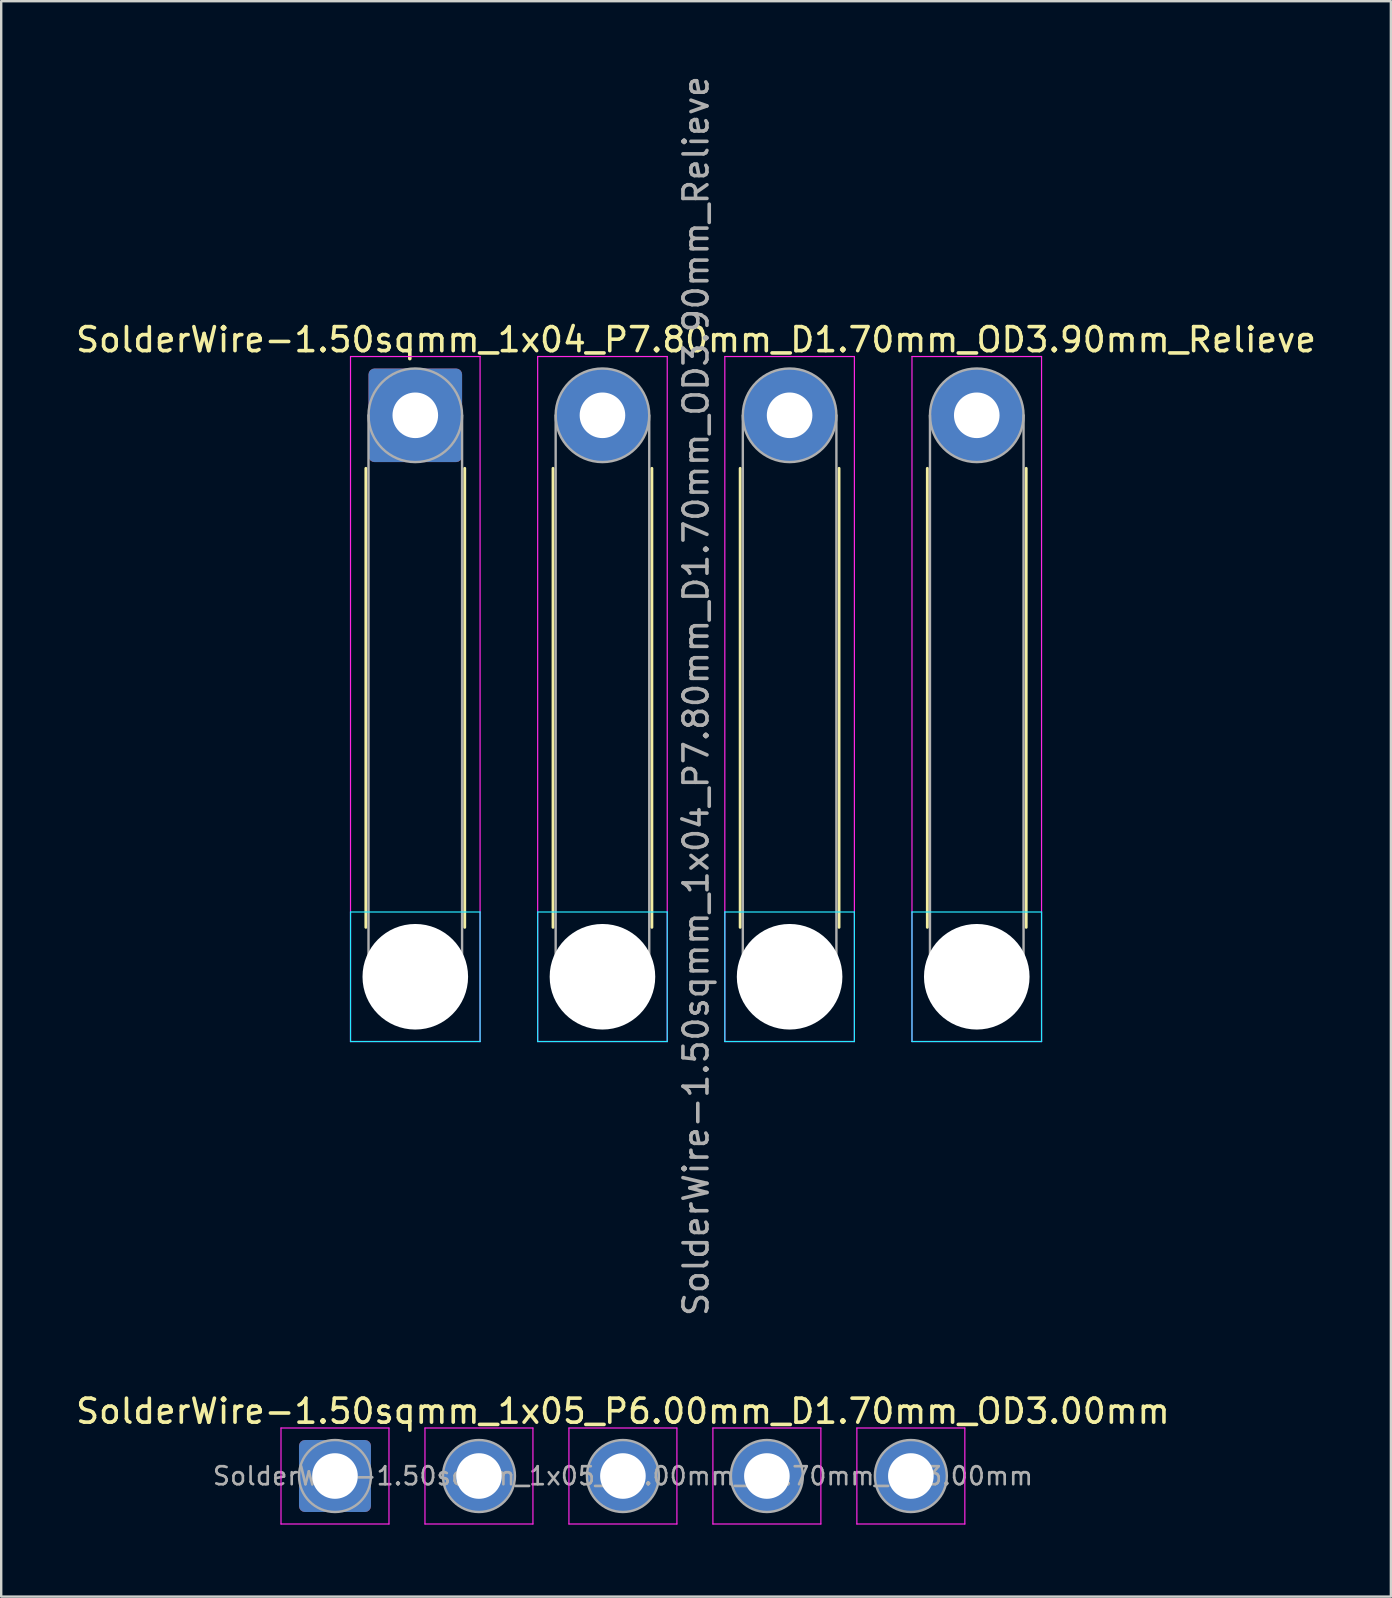
<source format=kicad_pcb>
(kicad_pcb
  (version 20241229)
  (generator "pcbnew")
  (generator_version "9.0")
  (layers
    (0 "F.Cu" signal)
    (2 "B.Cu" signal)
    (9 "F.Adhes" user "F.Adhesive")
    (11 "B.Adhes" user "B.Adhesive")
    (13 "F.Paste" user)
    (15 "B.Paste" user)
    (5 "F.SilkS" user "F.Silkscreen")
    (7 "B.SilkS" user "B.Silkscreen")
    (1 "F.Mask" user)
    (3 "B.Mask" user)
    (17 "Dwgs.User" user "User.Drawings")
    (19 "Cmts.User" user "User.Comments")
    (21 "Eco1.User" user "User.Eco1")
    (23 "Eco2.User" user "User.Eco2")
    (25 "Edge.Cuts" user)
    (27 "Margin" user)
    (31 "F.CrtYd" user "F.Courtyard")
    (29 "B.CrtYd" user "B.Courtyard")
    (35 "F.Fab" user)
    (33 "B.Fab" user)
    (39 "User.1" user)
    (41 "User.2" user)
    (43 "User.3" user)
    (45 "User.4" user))
  (footprint "SolderWire-1.50sqmm_1x04_P7.80mm_D1.70mm_OD3.90mm_Relieve"
    (layer "F.Cu")
    (at 14.258 14.258)
    (property "Reference" "SolderWire-1.50sqmm_1x04_P7.80mm_D1.70mm_OD3.90mm_Relieve" (at 11.7 -3.15 0) (layer "F.SilkS") (effects (font (size 1 1) (thickness 0.15))))
    (attr exclude_from_pos_files exclude_from_bom)
    (fp_line (start -2.06 2.21) (end -2.06 21.34) (stroke (width 0.12) (type solid)) (layer "F.SilkS"))
    (fp_line (start 2.06 2.21) (end 2.06 21.34) (stroke (width 0.12) (type solid)) (layer "F.SilkS"))
    (fp_line (start 5.74 2.21) (end 5.74 21.34) (stroke (width 0.12) (type solid)) (layer "F.SilkS"))
    (fp_line (start 9.86 2.21) (end 9.86 21.34) (stroke (width 0.12) (type solid)) (layer "F.SilkS"))
    (fp_line (start 13.54 2.21) (end 13.54 21.34) (stroke (width 0.12) (type solid)) (layer "F.SilkS"))
    (fp_line (start 17.66 2.21) (end 17.66 21.34) (stroke (width 0.12) (type solid)) (layer "F.SilkS"))
    (fp_line (start 21.34 2.21) (end 21.34 21.34) (stroke (width 0.12) (type solid)) (layer "F.SilkS"))
    (fp_line (start 25.46 2.21) (end 25.46 21.34) (stroke (width 0.12) (type solid)) (layer "F.SilkS"))
    (fp_line (start -2.7 20.7) (end -2.7 26.1) (stroke (width 0.05) (type solid)) (layer "B.CrtYd"))
    (fp_line (start -2.7 26.1) (end 2.7 26.1) (stroke (width 0.05) (type solid)) (layer "B.CrtYd"))
    (fp_line (start 2.7 20.7) (end -2.7 20.7) (stroke (width 0.05) (type solid)) (layer "B.CrtYd"))
    (fp_line (start 2.7 26.1) (end 2.7 20.7) (stroke (width 0.05) (type solid)) (layer "B.CrtYd"))
    (fp_line (start 5.1 20.7) (end 5.1 26.1) (stroke (width 0.05) (type solid)) (layer "B.CrtYd"))
    (fp_line (start 5.1 26.1) (end 10.5 26.1) (stroke (width 0.05) (type solid)) (layer "B.CrtYd"))
    (fp_line (start 10.5 20.7) (end 5.1 20.7) (stroke (width 0.05) (type solid)) (layer "B.CrtYd"))
    (fp_line (start 10.5 26.1) (end 10.5 20.7) (stroke (width 0.05) (type solid)) (layer "B.CrtYd"))
    (fp_line (start 12.9 20.7) (end 12.9 26.1) (stroke (width 0.05) (type solid)) (layer "B.CrtYd"))
    (fp_line (start 12.9 26.1) (end 18.3 26.1) (stroke (width 0.05) (type solid)) (layer "B.CrtYd"))
    (fp_line (start 18.3 20.7) (end 12.9 20.7) (stroke (width 0.05) (type solid)) (layer "B.CrtYd"))
    (fp_line (start 18.3 26.1) (end 18.3 20.7) (stroke (width 0.05) (type solid)) (layer "B.CrtYd"))
    (fp_line (start 20.7 20.7) (end 20.7 26.1) (stroke (width 0.05) (type solid)) (layer "B.CrtYd"))
    (fp_line (start 20.7 26.1) (end 26.1 26.1) (stroke (width 0.05) (type solid)) (layer "B.CrtYd"))
    (fp_line (start 26.1 20.7) (end 20.7 20.7) (stroke (width 0.05) (type solid)) (layer "B.CrtYd"))
    (fp_line (start 26.1 26.1) (end 26.1 20.7) (stroke (width 0.05) (type solid)) (layer "B.CrtYd"))
    (fp_line (start -2.7 -2.45) (end -2.7 26.1) (stroke (width 0.05) (type solid)) (layer "F.CrtYd"))
    (fp_line (start -2.7 26.1) (end 2.7 26.1) (stroke (width 0.05) (type solid)) (layer "F.CrtYd"))
    (fp_line (start 2.7 -2.45) (end -2.7 -2.45) (stroke (width 0.05) (type solid)) (layer "F.CrtYd"))
    (fp_line (start 2.7 26.1) (end 2.7 -2.45) (stroke (width 0.05) (type solid)) (layer "F.CrtYd"))
    (fp_line (start 5.1 -2.45) (end 5.1 26.1) (stroke (width 0.05) (type solid)) (layer "F.CrtYd"))
    (fp_line (start 5.1 26.1) (end 10.5 26.1) (stroke (width 0.05) (type solid)) (layer "F.CrtYd"))
    (fp_line (start 10.5 -2.45) (end 5.1 -2.45) (stroke (width 0.05) (type solid)) (layer "F.CrtYd"))
    (fp_line (start 10.5 26.1) (end 10.5 -2.45) (stroke (width 0.05) (type solid)) (layer "F.CrtYd"))
    (fp_line (start 12.9 -2.45) (end 12.9 26.1) (stroke (width 0.05) (type solid)) (layer "F.CrtYd"))
    (fp_line (start 12.9 26.1) (end 18.3 26.1) (stroke (width 0.05) (type solid)) (layer "F.CrtYd"))
    (fp_line (start 18.3 -2.45) (end 12.9 -2.45) (stroke (width 0.05) (type solid)) (layer "F.CrtYd"))
    (fp_line (start 18.3 26.1) (end 18.3 -2.45) (stroke (width 0.05) (type solid)) (layer "F.CrtYd"))
    (fp_line (start 20.7 -2.45) (end 20.7 26.1) (stroke (width 0.05) (type solid)) (layer "F.CrtYd"))
    (fp_line (start 20.7 26.1) (end 26.1 26.1) (stroke (width 0.05) (type solid)) (layer "F.CrtYd"))
    (fp_line (start 26.1 -2.45) (end 20.7 -2.45) (stroke (width 0.05) (type solid)) (layer "F.CrtYd"))
    (fp_line (start 26.1 26.1) (end 26.1 -2.45) (stroke (width 0.05) (type solid)) (layer "F.CrtYd"))
    (fp_line (start -1.95 0) (end -1.95 23.4) (stroke (width 0.1) (type solid)) (layer "F.Fab"))
    (fp_line (start 1.95 0) (end 1.95 23.4) (stroke (width 0.1) (type solid)) (layer "F.Fab"))
    (fp_line (start 5.85 0) (end 5.85 23.4) (stroke (width 0.1) (type solid)) (layer "F.Fab"))
    (fp_line (start 9.75 0) (end 9.75 23.4) (stroke (width 0.1) (type solid)) (layer "F.Fab"))
    (fp_line (start 13.65 0) (end 13.65 23.4) (stroke (width 0.1) (type solid)) (layer "F.Fab"))
    (fp_line (start 17.55 0) (end 17.55 23.4) (stroke (width 0.1) (type solid)) (layer "F.Fab"))
    (fp_line (start 21.45 0) (end 21.45 23.4) (stroke (width 0.1) (type solid)) (layer "F.Fab"))
    (fp_line (start 25.35 0) (end 25.35 23.4) (stroke (width 0.1) (type solid)) (layer "F.Fab"))
    (fp_circle (center 0 0) (end 1.95 0) (stroke (width 0.1) (type solid)) (fill no) (layer "F.Fab"))
    (fp_circle (center 0 23.4) (end 1.95 23.4) (stroke (width 0.1) (type solid)) (fill no) (layer "F.Fab"))
    (fp_circle (center 7.8 0) (end 9.75 0) (stroke (width 0.1) (type solid)) (fill no) (layer "F.Fab"))
    (fp_circle (center 7.8 23.4) (end 9.75 23.4) (stroke (width 0.1) (type solid)) (fill no) (layer "F.Fab"))
    (fp_circle (center 15.6 0) (end 17.55 0) (stroke (width 0.1) (type solid)) (fill no) (layer "F.Fab"))
    (fp_circle (center 15.6 23.4) (end 17.55 23.4) (stroke (width 0.1) (type solid)) (fill no) (layer "F.Fab"))
    (fp_circle (center 23.4 0) (end 25.35 0) (stroke (width 0.1) (type solid)) (fill no) (layer "F.Fab"))
    (fp_circle (center 23.4 23.4) (end 25.35 23.4) (stroke (width 0.1) (type solid)) (fill no) (layer "F.Fab"))
    (fp_text user "${REFERENCE}" (at 11.7 11.7 90) (layer "F.Fab") (effects (font (size 1 1) (thickness 0.15))))
    (pad "" np_thru_hole circle (at 0 23.4) (size 4.4 4.4) (drill 4.4) (layers "*.Cu" "*.Mask"))
    (pad "" np_thru_hole circle (at 7.8 23.4) (size 4.4 4.4) (drill 4.4) (layers "*.Cu" "*.Mask"))
    (pad "" np_thru_hole circle (at 15.6 23.4) (size 4.4 4.4) (drill 4.4) (layers "*.Cu" "*.Mask"))
    (pad "" np_thru_hole circle (at 23.4 23.4) (size 4.4 4.4) (drill 4.4) (layers "*.Cu" "*.Mask"))
    (pad "1" thru_hole roundrect (at 0 0) (size 3.9 3.9) (drill 1.9) (layers "*.Cu" "*.Mask") (roundrect_rratio 0.064))
    (pad "2" thru_hole circle (at 7.8 0) (size 3.9 3.9) (drill 1.9) (layers "*.Cu" "*.Mask"))
    (pad "3" thru_hole circle (at 15.6 0) (size 3.9 3.9) (drill 1.9) (layers "*.Cu" "*.Mask"))
    (pad "4" thru_hole circle (at 23.4 0) (size 3.9 3.9) (drill 1.9) (layers "*.Cu" "*.Mask")))
  (footprint "SolderWire-1.50sqmm_1x05_P6.00mm_D1.70mm_OD3.00mm"
    (layer "F.Cu")
    (at 10.911 58.465)
    (property "Reference" "SolderWire-1.50sqmm_1x05_P6.00mm_D1.70mm_OD3.00mm" (at 12 -2.7 0) (layer "F.SilkS") (effects (font (size 1 1) (thickness 0.15))))
    (attr exclude_from_pos_files exclude_from_bom)
    (fp_line (start -2.25 -2) (end -2.25 2) (stroke (width 0.05) (type solid)) (layer "F.CrtYd"))
    (fp_line (start -2.25 2) (end 2.25 2) (stroke (width 0.05) (type solid)) (layer "F.CrtYd"))
    (fp_line (start 2.25 -2) (end -2.25 -2) (stroke (width 0.05) (type solid)) (layer "F.CrtYd"))
    (fp_line (start 2.25 2) (end 2.25 -2) (stroke (width 0.05) (type solid)) (layer "F.CrtYd"))
    (fp_line (start 3.75 -2) (end 3.75 2) (stroke (width 0.05) (type solid)) (layer "F.CrtYd"))
    (fp_line (start 3.75 2) (end 8.25 2) (stroke (width 0.05) (type solid)) (layer "F.CrtYd"))
    (fp_line (start 8.25 -2) (end 3.75 -2) (stroke (width 0.05) (type solid)) (layer "F.CrtYd"))
    (fp_line (start 8.25 2) (end 8.25 -2) (stroke (width 0.05) (type solid)) (layer "F.CrtYd"))
    (fp_line (start 9.75 -2) (end 9.75 2) (stroke (width 0.05) (type solid)) (layer "F.CrtYd"))
    (fp_line (start 9.75 2) (end 14.25 2) (stroke (width 0.05) (type solid)) (layer "F.CrtYd"))
    (fp_line (start 14.25 -2) (end 9.75 -2) (stroke (width 0.05) (type solid)) (layer "F.CrtYd"))
    (fp_line (start 14.25 2) (end 14.25 -2) (stroke (width 0.05) (type solid)) (layer "F.CrtYd"))
    (fp_line (start 15.75 -2) (end 15.75 2) (stroke (width 0.05) (type solid)) (layer "F.CrtYd"))
    (fp_line (start 15.75 2) (end 20.25 2) (stroke (width 0.05) (type solid)) (layer "F.CrtYd"))
    (fp_line (start 20.25 -2) (end 15.75 -2) (stroke (width 0.05) (type solid)) (layer "F.CrtYd"))
    (fp_line (start 20.25 2) (end 20.25 -2) (stroke (width 0.05) (type solid)) (layer "F.CrtYd"))
    (fp_line (start 21.75 -2) (end 21.75 2) (stroke (width 0.05) (type solid)) (layer "F.CrtYd"))
    (fp_line (start 21.75 2) (end 26.25 2) (stroke (width 0.05) (type solid)) (layer "F.CrtYd"))
    (fp_line (start 26.25 -2) (end 21.75 -2) (stroke (width 0.05) (type solid)) (layer "F.CrtYd"))
    (fp_line (start 26.25 2) (end 26.25 -2) (stroke (width 0.05) (type solid)) (layer "F.CrtYd"))
    (fp_circle (center 0 0) (end 1.5 0) (stroke (width 0.1) (type solid)) (fill no) (layer "F.Fab"))
    (fp_circle (center 6 0) (end 7.5 0) (stroke (width 0.1) (type solid)) (fill no) (layer "F.Fab"))
    (fp_circle (center 12 0) (end 13.5 0) (stroke (width 0.1) (type solid)) (fill no) (layer "F.Fab"))
    (fp_circle (center 18 0) (end 19.5 0) (stroke (width 0.1) (type solid)) (fill no) (layer "F.Fab"))
    (fp_circle (center 24 0) (end 25.5 0) (stroke (width 0.1) (type solid)) (fill no) (layer "F.Fab"))
    (fp_text user "${REFERENCE}" (at 12 0 0) (layer "F.Fab") (effects (font (size 0.75 0.75) (thickness 0.11))))
    (pad "1" thru_hole roundrect (at 0 0) (size 3 3) (drill 1.9) (layers "*.Cu" "*.Mask") (roundrect_rratio 0.083))
    (pad "2" thru_hole circle (at 6 0) (size 3 3) (drill 1.9) (layers "*.Cu" "*.Mask"))
    (pad "3" thru_hole circle (at 12 0) (size 3 3) (drill 1.9) (layers "*.Cu" "*.Mask"))
    (pad "4" thru_hole circle (at 18 0) (size 3 3) (drill 1.9) (layers "*.Cu" "*.Mask"))
    (pad "5" thru_hole circle (at 24 0) (size 3 3) (drill 1.9) (layers "*.Cu" "*.Mask")))
  (gr_rect
    (start -3 -3)
    (end 54.917 63.49)
    (stroke (width 0.1) (type default))
    (fill no)
    (layer "Edge.Cuts")))
</source>
